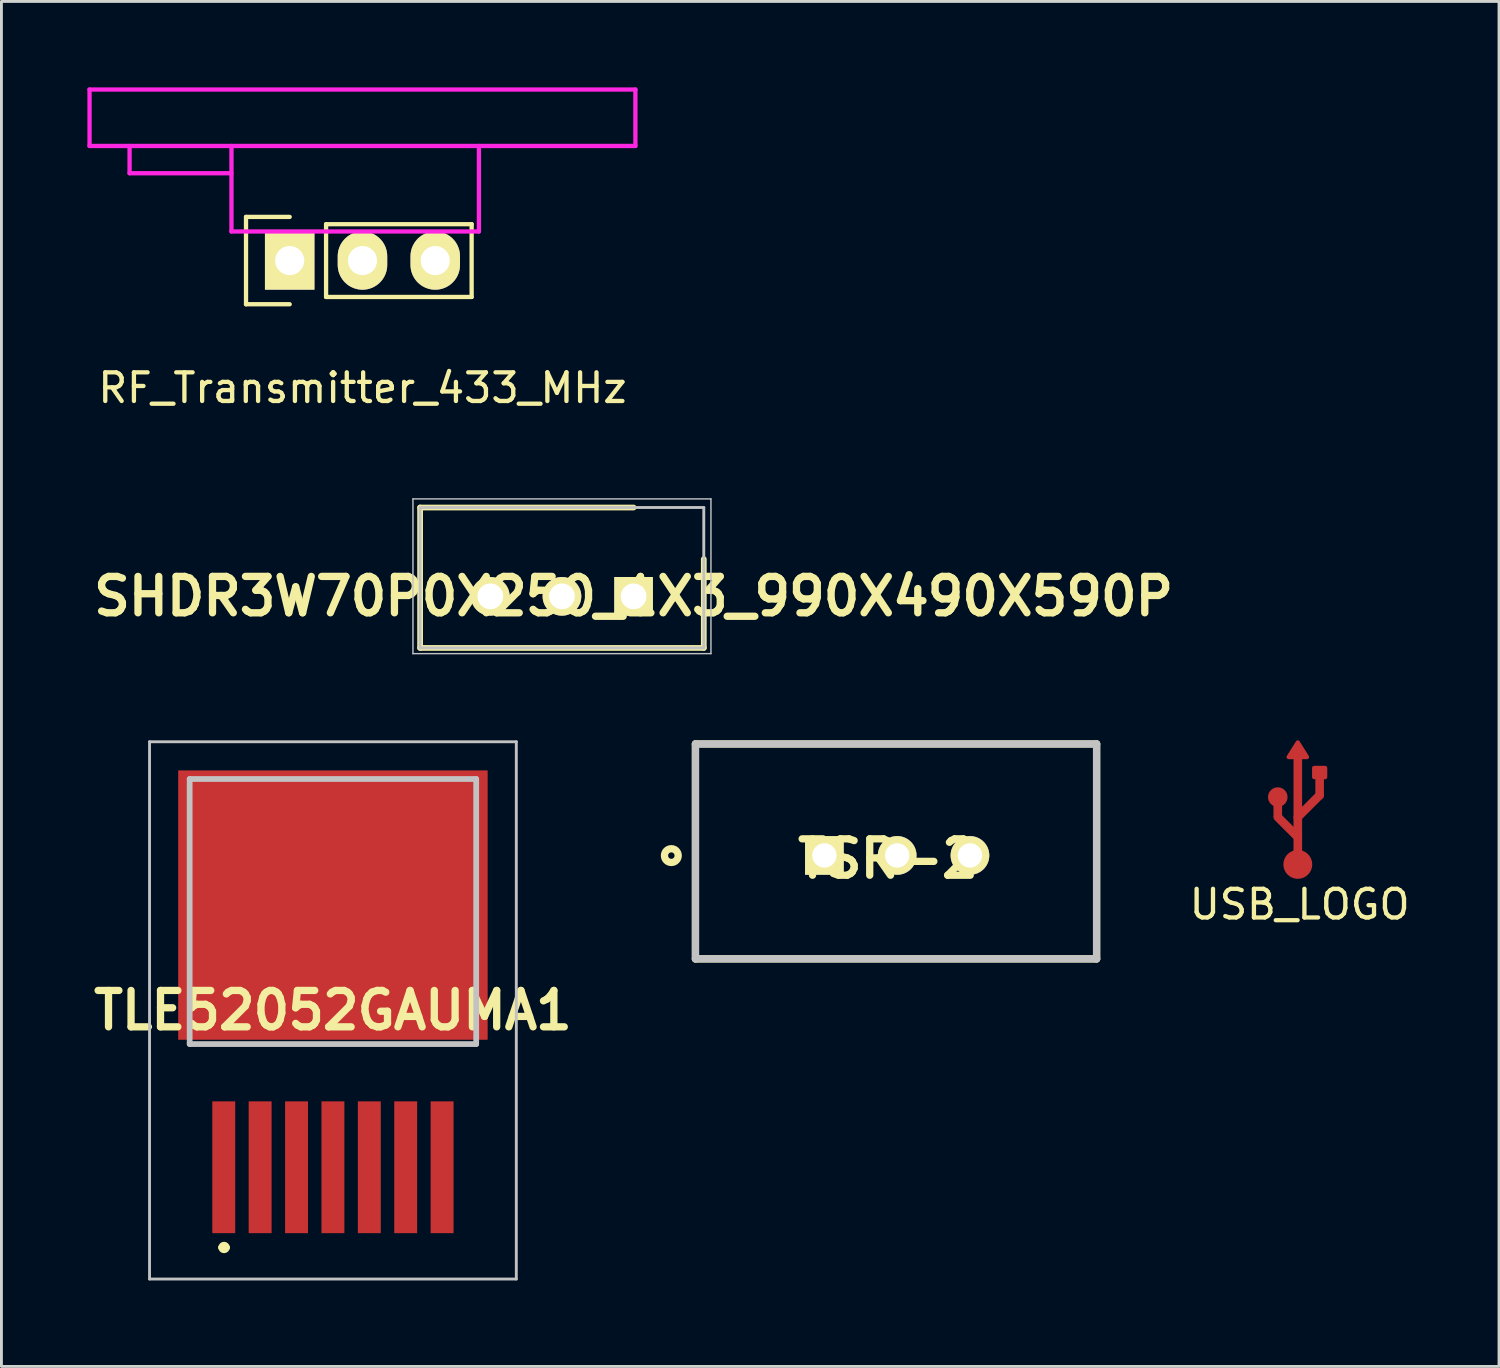
<source format=kicad_pcb>
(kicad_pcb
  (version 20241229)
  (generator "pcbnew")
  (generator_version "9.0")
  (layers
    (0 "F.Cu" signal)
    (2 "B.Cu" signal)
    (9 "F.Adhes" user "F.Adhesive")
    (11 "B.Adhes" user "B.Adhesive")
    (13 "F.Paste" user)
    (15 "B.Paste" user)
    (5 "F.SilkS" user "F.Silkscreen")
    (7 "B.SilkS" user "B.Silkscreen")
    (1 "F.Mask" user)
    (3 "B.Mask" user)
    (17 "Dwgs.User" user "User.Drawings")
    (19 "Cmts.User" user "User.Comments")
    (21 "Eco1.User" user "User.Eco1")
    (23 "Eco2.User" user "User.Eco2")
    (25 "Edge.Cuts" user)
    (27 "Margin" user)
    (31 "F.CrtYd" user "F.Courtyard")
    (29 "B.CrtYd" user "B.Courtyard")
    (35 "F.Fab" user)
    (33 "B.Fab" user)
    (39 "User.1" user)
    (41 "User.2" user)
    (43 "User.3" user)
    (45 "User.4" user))
  (footprint "USB_LOGO"
    (layer "F.Cu")
    (at 42.243 27.117)
    (property "Reference" "USB_LOGO" (at 0.064 1.397 0) (layer "F.SilkS") (effects (font (size 1 1) (thickness 0.15))))
    (attr through_hole)
    (fp_line (start -0.699 -1.714) (end -0.699 -2.349) (stroke (width 0.3) (type solid)) (layer "F.Cu"))
    (fp_line (start 0 -1.651) (end 0.762 -2.413) (stroke (width 0.3) (type solid)) (layer "F.Cu"))
    (fp_line (start 0 -0.953) (end -0.699 -1.651) (stroke (width 0.3) (type solid)) (layer "F.Cu"))
    (fp_line (start 0 0) (end 0 -3.81) (stroke (width 0.3) (type solid)) (layer "F.Cu"))
    (fp_line (start 0.762 -2.413) (end 0.762 -3.048) (stroke (width 0.3) (type solid)) (layer "F.Cu"))
    (fp_circle (center -0.699 -2.349) (end -0.508 -2.349) (stroke (width 0.3) (type solid)) (fill no) (layer "F.Cu"))
    (fp_circle (center 0 0) (end 0.254 0) (stroke (width 0.5) (type solid)) (fill no) (layer "F.Cu"))
    (fp_poly (pts (xy 0 -4.255) (xy -0.318 -3.747) (xy 0.318 -3.747)) (stroke (width 0.15) (type solid)) (fill yes) (layer "F.Cu"))
    (fp_poly (pts (xy 0.572 -3.048) (xy 0.953 -3.048) (xy 0.953 -3.365) (xy 0.572 -3.365)) (stroke (width 0.15) (type solid)) (fill yes) (layer "F.Cu")))
  (footprint "TLE52052GAUMA1"
    (layer "F.Cu")
    (at 8.569 32.362)
    (property "Reference" "TLE52052GAUMA1" (at 0 -0.15 0) (layer "F.SilkS") (effects (font (size 1.27 1.27) (thickness 0.254))))
    (attr smd)
    (fp_line (start -5 1.025) (end 5 1.025) (stroke (width 0.1) (type solid)) (layer "F.SilkS"))
    (fp_line (start -3.9 8.125) (end -3.9 8.125) (stroke (width 0.2) (type solid)) (layer "F.SilkS"))
    (fp_line (start -3.7 8.125) (end -3.7 8.125) (stroke (width 0.2) (type solid)) (layer "F.SilkS"))
    (fp_arc (start -3.9 8.125) (mid -3.8 8.025) (end -3.7 8.125) (stroke (width 0.2) (type solid)) (layer "F.SilkS"))
    (fp_arc (start -3.7 8.125) (mid -3.8 8.225) (end -3.9 8.125) (stroke (width 0.2) (type solid)) (layer "F.SilkS"))
    (fp_line (start -6.4 -9.525) (end 6.4 -9.525) (stroke (width 0.1) (type solid)) (layer "Dwgs.User"))
    (fp_line (start -6.4 9.225) (end -6.4 -9.525) (stroke (width 0.1) (type solid)) (layer "Dwgs.User"))
    (fp_line (start -5 -8.225) (end 5 -8.225) (stroke (width 0.2) (type solid)) (layer "Dwgs.User"))
    (fp_line (start -5 1.025) (end -5 -8.225) (stroke (width 0.2) (type solid)) (layer "Dwgs.User"))
    (fp_line (start 5 -8.225) (end 5 1.025) (stroke (width 0.2) (type solid)) (layer "Dwgs.User"))
    (fp_line (start 5 1.025) (end -5 1.025) (stroke (width 0.2) (type solid)) (layer "Dwgs.User"))
    (fp_line (start 6.4 -9.525) (end 6.4 9.225) (stroke (width 0.1) (type solid)) (layer "Dwgs.User"))
    (fp_line (start 6.4 9.225) (end -6.4 9.225) (stroke (width 0.1) (type solid)) (layer "Dwgs.User"))
    (pad "1" smd rect (at -3.81 5.325) (size 0.8 4.6) (layers "F.Cu" "F.Mask" "F.Paste"))
    (pad "2" smd rect (at -2.54 5.325) (size 0.8 4.6) (layers "F.Cu" "F.Mask" "F.Paste"))
    (pad "3" smd rect (at -1.27 5.325) (size 0.8 4.6) (layers "F.Cu" "F.Mask" "F.Paste"))
    (pad "4" smd rect (at 0 5.325) (size 0.8 4.6) (layers "F.Cu" "F.Mask" "F.Paste"))
    (pad "5" smd rect (at 1.27 5.325) (size 0.8 4.6) (layers "F.Cu" "F.Mask" "F.Paste"))
    (pad "6" smd rect (at 2.54 5.325) (size 0.8 4.6) (layers "F.Cu" "F.Mask" "F.Paste"))
    (pad "7" smd rect (at 3.81 5.325) (size 0.8 4.6) (layers "F.Cu" "F.Mask" "F.Paste"))
    (pad "8" smd rect (at 0 -3.825 90) (size 9.4 10.8) (layers "F.Cu" "F.Mask" "F.Paste")))
  (footprint "SHDR3W70P0X250_1X3_990X490X590P"
    (layer "F.Cu")
    (at 19.062 17.762)
    (property "Reference" "SHDR3W70P0X250_1X3_990X490X590P" (at 0 0 0) (layer "F.SilkS") (effects (font (size 1.27 1.27) (thickness 0.254))))
    (attr through_hole)
    (fp_line (start -7.45 -3.1) (end -7.45 1.8) (stroke (width 0.2) (type solid)) (layer "F.SilkS"))
    (fp_line (start -7.45 1.8) (end 2.45 1.8) (stroke (width 0.2) (type solid)) (layer "F.SilkS"))
    (fp_line (start 0 -3.1) (end -7.45 -3.1) (stroke (width 0.2) (type solid)) (layer "F.SilkS"))
    (fp_line (start 2.45 1.8) (end 2.45 -1.3) (stroke (width 0.2) (type solid)) (layer "F.SilkS"))
    (fp_line (start -7.7 -3.4) (end -7.7 2) (stroke (width 0.05) (type solid)) (layer "Dwgs.User"))
    (fp_line (start -7.7 2) (end 2.7 2) (stroke (width 0.05) (type solid)) (layer "Dwgs.User"))
    (fp_line (start -7.45 -3.1) (end -7.45 1.8) (stroke (width 0.1) (type solid)) (layer "Dwgs.User"))
    (fp_line (start -7.45 1.8) (end 2.45 1.8) (stroke (width 0.1) (type solid)) (layer "Dwgs.User"))
    (fp_line (start 2.45 -3.1) (end -7.45 -3.1) (stroke (width 0.1) (type solid)) (layer "Dwgs.User"))
    (fp_line (start 2.45 1.8) (end 2.45 -3.1) (stroke (width 0.1) (type solid)) (layer "Dwgs.User"))
    (fp_line (start 2.7 -3.4) (end -7.7 -3.4) (stroke (width 0.05) (type solid)) (layer "Dwgs.User"))
    (fp_line (start 2.7 2) (end 2.7 -3.4) (stroke (width 0.05) (type solid)) (layer "Dwgs.User"))
    (pad "1" thru_hole rect (at 0 0 90) (size 1.35 1.35) (drill 0.9) (layers "*.Cu" "*.Mask" "F.SilkS"))
    (pad "2" thru_hole circle (at -2.5 0 90) (size 1.35 1.35) (drill 0.9) (layers "*.Cu" "*.Mask" "F.SilkS"))
    (pad "3" thru_hole circle (at -5 0 90) (size 1.35 1.35) (drill 0.9) (layers "*.Cu" "*.Mask" "F.SilkS")))
  (footprint "TSR-2"
    (layer "F.Cu")
    (at 25.721 26.804)
    (property "Reference" "TSR-2" (at 2.217 0.117 0) (layer "F.SilkS") (effects (font (size 1.27 1.27) (thickness 0.254))))
    (attr through_hole)
    (fp_line (start -4.5 -3.89) (end 9.5 -3.89) (stroke (width 0.254) (type solid)) (layer "F.SilkS"))
    (fp_line (start -4.5 3.61) (end -4.5 -3.89) (stroke (width 0.254) (type solid)) (layer "F.SilkS"))
    (fp_line (start 9.5 -3.89) (end 9.5 3.61) (stroke (width 0.254) (type solid)) (layer "F.SilkS"))
    (fp_line (start 9.5 3.61) (end -4.5 3.61) (stroke (width 0.254) (type solid)) (layer "F.SilkS"))
    (fp_circle (center -5.342 0.006) (end -5.455 0.006) (stroke (width 0.254) (type solid)) (fill no) (layer "F.SilkS"))
    (fp_line (start -4.5 -3.89) (end 9.5 -3.89) (stroke (width 0.254) (type solid)) (layer "Dwgs.User"))
    (fp_line (start -4.5 3.61) (end -4.5 -3.89) (stroke (width 0.254) (type solid)) (layer "Dwgs.User"))
    (fp_line (start 9.5 -3.89) (end 9.5 3.61) (stroke (width 0.254) (type solid)) (layer "Dwgs.User"))
    (fp_line (start 9.5 3.61) (end -4.5 3.61) (stroke (width 0.254) (type solid)) (layer "Dwgs.User"))
    (pad "1" thru_hole rect (at 0 0 90) (size 1.35 1.35) (drill 0.85) (layers "*.Cu" "*.Mask" "F.SilkS"))
    (pad "2" thru_hole circle (at 2.54 0 90) (size 1.35 1.35) (drill 0.85) (layers "*.Cu" "*.Mask" "F.SilkS"))
    (pad "3" thru_hole circle (at 5.08 0 90) (size 1.35 1.35) (drill 0.85) (layers "*.Cu" "*.Mask" "F.SilkS")))
  (footprint "RF_Transmitter_433_MHz"
    (layer "F.Cu")
    (at 9.6 6.044)
    (property "Reference" "RF_Transmitter_433_MHz" (at 0 4.445 0) (layer "F.SilkS") (effects (font (size 1 1) (thickness 0.15))))
    (attr through_hole)
    (fp_line (start -4.064 -1.524) (end -4.064 1.524) (stroke (width 0.15) (type solid)) (layer "F.SilkS"))
    (fp_line (start -4.064 1.524) (end -2.54 1.524) (stroke (width 0.15) (type solid)) (layer "F.SilkS"))
    (fp_line (start -2.54 -1.524) (end -4.064 -1.524) (stroke (width 0.15) (type solid)) (layer "F.SilkS"))
    (fp_line (start -1.27 -1.27) (end 3.81 -1.27) (stroke (width 0.15) (type solid)) (layer "F.SilkS"))
    (fp_line (start -1.27 1.27) (end -1.27 -1.27) (stroke (width 0.15) (type solid)) (layer "F.SilkS"))
    (fp_line (start 3.81 -1.27) (end 3.81 1.27) (stroke (width 0.15) (type solid)) (layer "F.SilkS"))
    (fp_line (start 3.81 1.27) (end -1.27 1.27) (stroke (width 0.15) (type solid)) (layer "F.SilkS"))
    (fp_line (start -9.525 -5.969) (end 9.525 -5.969) (stroke (width 0.15) (type solid)) (layer "F.CrtYd"))
    (fp_line (start -9.525 -4) (end -9.525 -5.969) (stroke (width 0.15) (type solid)) (layer "F.CrtYd"))
    (fp_line (start -8.128 -4) (end -8.128 -3.048) (stroke (width 0.15) (type solid)) (layer "F.CrtYd"))
    (fp_line (start -8.128 -3.048) (end -4.572 -3.048) (stroke (width 0.15) (type solid)) (layer "F.CrtYd"))
    (fp_line (start -4.572 -1.016) (end -4.572 -4) (stroke (width 0.15) (type solid)) (layer "F.CrtYd"))
    (fp_line (start 4.064 -4) (end 4.064 -1.016) (stroke (width 0.15) (type solid)) (layer "F.CrtYd"))
    (fp_line (start 4.064 -1.016) (end -4.572 -1.016) (stroke (width 0.15) (type solid)) (layer "F.CrtYd"))
    (fp_line (start 9.525 -5.969) (end 9.525 -4) (stroke (width 0.15) (type solid)) (layer "F.CrtYd"))
    (fp_line (start 9.525 -4) (end -9.525 -4) (stroke (width 0.15) (type solid)) (layer "F.CrtYd"))
    (pad "1" thru_hole rect (at -2.54 0 90) (size 2.032 1.727) (drill 1.016) (layers "*.Cu" "*.Mask" "F.SilkS"))
    (pad "2" thru_hole oval (at 0 0 90) (size 2.032 1.727) (drill 1.016) (layers "*.Cu" "*.Mask" "F.SilkS"))
    (pad "3" thru_hole oval (at 2.54 0 90) (size 2.032 1.727) (drill 1.016) (layers "*.Cu" "*.Mask" "F.SilkS")))
  (gr_rect
    (start -3 -3)
    (end 49.265 44.637)
    (stroke (width 0.1) (type default))
    (fill no)
    (layer "Edge.Cuts")))
</source>
